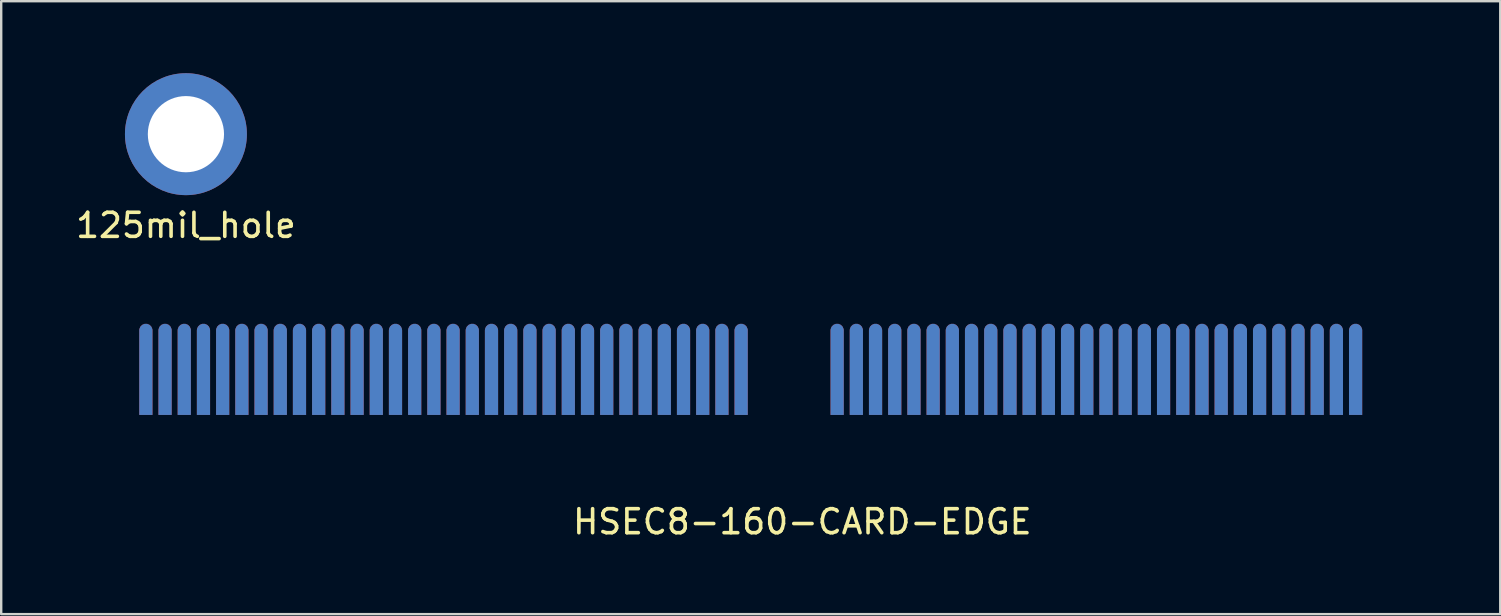
<source format=kicad_pcb>
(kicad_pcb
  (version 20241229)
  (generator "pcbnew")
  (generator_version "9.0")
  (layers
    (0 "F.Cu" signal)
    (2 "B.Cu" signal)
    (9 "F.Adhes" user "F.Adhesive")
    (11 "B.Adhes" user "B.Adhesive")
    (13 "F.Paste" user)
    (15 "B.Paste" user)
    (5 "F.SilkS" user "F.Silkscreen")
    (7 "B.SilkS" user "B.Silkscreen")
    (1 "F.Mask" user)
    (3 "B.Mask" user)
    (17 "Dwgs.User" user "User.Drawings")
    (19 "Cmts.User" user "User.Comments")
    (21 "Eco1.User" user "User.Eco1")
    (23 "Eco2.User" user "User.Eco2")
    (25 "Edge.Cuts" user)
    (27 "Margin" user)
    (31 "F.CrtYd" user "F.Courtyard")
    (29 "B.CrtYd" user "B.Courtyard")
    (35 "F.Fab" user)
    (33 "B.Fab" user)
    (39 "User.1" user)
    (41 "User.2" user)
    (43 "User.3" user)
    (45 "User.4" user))
  (footprint "125mil_hole"
    (layer "F.Cu")
    (at 4.696 2.54)
    (property "Reference" "125mil_hole" (at 0 3.8 0) (layer "F.SilkS") (effects (font (size 1 1) (thickness 0.15))))
    (attr through_hole)
    (pad "1" thru_hole circle (at 0 0) (size 5.08 5.08) (drill 3.175) (layers "*.Cu" "*.Mask")))
  (footprint "HSEC8-160-CARD-EDGE"
    (layer "F.Cu")
    (at 28.627 10.438)
    (property "Reference" "HSEC8-160-CARD-EDGE" (at 1.75 8.25 0) (layer "F.SilkS") (effects (font (size 1 1) (thickness 0.15))))
    (attr through_hole)
    (fp_poly (pts (xy 26 4) (xy -26.8 4) (xy -26.8 -0.2) (xy 26 -0.2)) (stroke (width 0.1) (type solid)) (fill yes) (layer "F.Mask"))
    (fp_poly (pts (xy 26 4) (xy -26.8 4) (xy -26.8 -0.2) (xy 26 -0.2)) (stroke (width 0.1) (type solid)) (fill yes) (layer "B.Mask"))
    (fp_line (start -28.5 5.95) (end -28.5 0) (stroke (width 0.254) (type solid)) (layer "Eco1.User"))
    (fp_line (start -27.7 6.525) (end -27.925 6.525) (stroke (width 0.254) (type solid)) (layer "Eco1.User"))
    (fp_line (start -26.5 0) (end -26.5 5.325) (stroke (width 0.254) (type solid)) (layer "Eco1.User"))
    (fp_line (start 0 0) (end -26.5 0) (stroke (width 0.254) (type solid)) (layer "Eco1.User"))
    (fp_line (start 0 0) (end 0 5.375) (stroke (width 0.254) (type solid)) (layer "Eco1.User"))
    (fp_line (start 2.4 0) (end 2.4 5.375) (stroke (width 0.254) (type solid)) (layer "Eco1.User"))
    (fp_line (start 2.4 0) (end 25.7 0) (stroke (width 0.254) (type solid)) (layer "Eco1.User"))
    (fp_line (start 25.7 0) (end 25.7 5.325) (stroke (width 0.254) (type solid)) (layer "Eco1.User"))
    (fp_line (start 26.9 6.525) (end 27.125 6.525) (stroke (width 0.254) (type solid)) (layer "Eco1.User"))
    (fp_line (start 27.7 5.95) (end 27.7 0) (stroke (width 0.254) (type solid)) (layer "Eco1.User"))
    (fp_arc (start -27.925 6.525) (mid -28.331586 6.356586) (end -28.5 5.95) (stroke (width 0.254) (type solid)) (layer "Eco1.User"))
    (fp_arc (start -26.5 5.325) (mid -26.851472 6.173528) (end -27.7 6.525) (stroke (width 0.254) (type solid)) (layer "Eco1.User"))
    (fp_arc (start 2.4 5.375) (mid 1.2 6.575) (end 0 5.375) (stroke (width 0.254) (type solid)) (layer "Eco1.User"))
    (fp_arc (start 26.9 6.525) (mid 26.051472 6.173528) (end 25.7 5.325) (stroke (width 0.254) (type solid)) (layer "Eco1.User"))
    (fp_arc (start 27.7 5.95) (mid 27.531586 6.356586) (end 27.125 6.525) (stroke (width 0.254) (type solid)) (layer "Eco1.User"))
    (pad "1" smd custom (at -25.6 2.4) (size 0.55 2.8) (layers "B.Cu" "B.Mask") (options (anchor rect)) (primitives (gr_line (start 0 0) (end 0 -2.125) (width 0.55))))
    (pad "2" smd custom (at -25.6 2.4) (size 0.55 2.8) (layers "F.Cu" "F.Mask") (options (anchor rect)) (primitives (gr_line (start 0 0) (end 0 -2.125) (width 0.55))))
    (pad "3" smd custom (at -24.8 2.4) (size 0.55 2.8) (layers "B.Cu" "B.Mask") (options (anchor rect)) (primitives (gr_line (start 0 0) (end 0 -2.125) (width 0.55))))
    (pad "4" smd custom (at -24.8 2.4) (size 0.55 2.8) (layers "F.Cu" "F.Mask") (options (anchor rect)) (primitives (gr_line (start 0 0) (end 0 -2.125) (width 0.55))))
    (pad "5" smd custom (at -24 2.4) (size 0.55 2.8) (layers "B.Cu" "B.Mask") (options (anchor rect)) (primitives (gr_line (start 0 0) (end 0 -2.125) (width 0.55))))
    (pad "6" smd custom (at -24 2.4) (size 0.55 2.8) (layers "F.Cu" "F.Mask") (options (anchor rect)) (primitives (gr_line (start 0 0) (end 0 -2.125) (width 0.55))))
    (pad "7" smd custom (at -23.2 2.4) (size 0.55 2.8) (layers "B.Cu" "B.Mask") (options (anchor rect)) (primitives (gr_line (start 0 0) (end 0 -2.125) (width 0.55))))
    (pad "8" smd custom (at -23.2 2.4) (size 0.55 2.8) (layers "F.Cu" "F.Mask") (options (anchor rect)) (primitives (gr_line (start 0 0) (end 0 -2.125) (width 0.55))))
    (pad "9" smd custom (at -22.4 2.4) (size 0.55 2.8) (layers "B.Cu" "B.Mask") (options (anchor rect)) (primitives (gr_line (start 0 0) (end 0 -2.125) (width 0.55))))
    (pad "10" smd custom (at -22.4 2.4) (size 0.55 2.8) (layers "F.Cu" "F.Mask") (options (anchor rect)) (primitives (gr_line (start 0 0) (end 0 -2.125) (width 0.55))))
    (pad "11" smd custom (at -21.6 2.4) (size 0.55 2.8) (layers "B.Cu" "B.Mask") (options (anchor rect)) (primitives (gr_line (start 0 0) (end 0 -2.125) (width 0.55))))
    (pad "12" smd custom (at -21.6 2.4) (size 0.55 2.8) (layers "F.Cu" "F.Mask") (options (anchor rect)) (primitives (gr_line (start 0 0) (end 0 -2.125) (width 0.55))))
    (pad "13" smd custom (at -20.8 2.4) (size 0.55 2.8) (layers "B.Cu" "B.Mask") (options (anchor rect)) (primitives (gr_line (start 0 0) (end 0 -2.125) (width 0.55))))
    (pad "14" smd custom (at -20.8 2.4) (size 0.55 2.8) (layers "F.Cu" "F.Mask") (options (anchor rect)) (primitives (gr_line (start 0 0) (end 0 -2.125) (width 0.55))))
    (pad "15" smd custom (at -20 2.4) (size 0.55 2.8) (layers "B.Cu" "B.Mask") (options (anchor rect)) (primitives (gr_line (start 0 0) (end 0 -2.125) (width 0.55))))
    (pad "16" smd custom (at -20 2.4) (size 0.55 2.8) (layers "F.Cu" "F.Mask") (options (anchor rect)) (primitives (gr_line (start 0 0) (end 0 -2.125) (width 0.55))))
    (pad "17" smd custom (at -19.2 2.4) (size 0.55 2.8) (layers "B.Cu" "B.Mask") (options (anchor rect)) (primitives (gr_line (start 0 0) (end 0 -2.125) (width 0.55))))
    (pad "18" smd custom (at -19.2 2.4) (size 0.55 2.8) (layers "F.Cu" "F.Mask") (options (anchor rect)) (primitives (gr_line (start 0 0) (end 0 -2.125) (width 0.55))))
    (pad "19" smd custom (at -18.4 2.4) (size 0.55 2.8) (layers "B.Cu" "B.Mask") (options (anchor rect)) (primitives (gr_line (start 0 0) (end 0 -2.125) (width 0.55))))
    (pad "20" smd custom (at -18.4 2.4) (size 0.55 2.8) (layers "F.Cu" "F.Mask") (options (anchor rect)) (primitives (gr_line (start 0 0) (end 0 -2.125) (width 0.55))))
    (pad "21" smd custom (at -17.6 2.4) (size 0.55 2.8) (layers "B.Cu" "B.Mask") (options (anchor rect)) (primitives (gr_line (start 0 0) (end 0 -2.125) (width 0.55))))
    (pad "22" smd custom (at -17.6 2.4) (size 0.55 2.8) (layers "F.Cu" "F.Mask") (options (anchor rect)) (primitives (gr_line (start 0 0) (end 0 -2.125) (width 0.55))))
    (pad "23" smd custom (at -16.8 2.4) (size 0.55 2.8) (layers "B.Cu" "B.Mask") (options (anchor rect)) (primitives (gr_line (start 0 0) (end 0 -2.125) (width 0.55))))
    (pad "24" smd custom (at -16.8 2.4) (size 0.55 2.8) (layers "F.Cu" "F.Mask") (options (anchor rect)) (primitives (gr_line (start 0 0) (end 0 -2.125) (width 0.55))))
    (pad "25" smd custom (at -16 2.4) (size 0.55 2.8) (layers "B.Cu" "B.Mask") (options (anchor rect)) (primitives (gr_line (start 0 0) (end 0 -2.125) (width 0.55))))
    (pad "26" smd custom (at -16 2.4) (size 0.55 2.8) (layers "F.Cu" "F.Mask") (options (anchor rect)) (primitives (gr_line (start 0 0) (end 0 -2.125) (width 0.55))))
    (pad "27" smd custom (at -15.2 2.4) (size 0.55 2.8) (layers "B.Cu" "B.Mask") (options (anchor rect)) (primitives (gr_line (start 0 0) (end 0 -2.125) (width 0.55))))
    (pad "28" smd custom (at -15.2 2.4) (size 0.55 2.8) (layers "F.Cu" "F.Mask") (options (anchor rect)) (primitives (gr_line (start 0 0) (end 0 -2.125) (width 0.55))))
    (pad "29" smd custom (at -14.4 2.4) (size 0.55 2.8) (layers "B.Cu" "B.Mask") (options (anchor rect)) (primitives (gr_line (start 0 0) (end 0 -2.125) (width 0.55))))
    (pad "30" smd custom (at -14.4 2.4) (size 0.55 2.8) (layers "F.Cu" "F.Mask") (options (anchor rect)) (primitives (gr_line (start 0 0) (end 0 -2.125) (width 0.55))))
    (pad "31" smd custom (at -13.6 2.4) (size 0.55 2.8) (layers "B.Cu" "B.Mask") (options (anchor rect)) (primitives (gr_line (start 0 0) (end 0 -2.125) (width 0.55))))
    (pad "32" smd custom (at -13.6 2.4) (size 0.55 2.8) (layers "F.Cu" "F.Mask") (options (anchor rect)) (primitives (gr_line (start 0 0) (end 0 -2.125) (width 0.55))))
    (pad "33" smd custom (at -12.8 2.4) (size 0.55 2.8) (layers "B.Cu" "B.Mask") (options (anchor rect)) (primitives (gr_line (start 0 0) (end 0 -2.125) (width 0.55))))
    (pad "34" smd custom (at -12.8 2.4) (size 0.55 2.8) (layers "F.Cu" "F.Mask") (options (anchor rect)) (primitives (gr_line (start 0 0) (end 0 -2.125) (width 0.55))))
    (pad "35" smd custom (at -12 2.4) (size 0.55 2.8) (layers "B.Cu" "B.Mask") (options (anchor rect)) (primitives (gr_line (start 0 0) (end 0 -2.125) (width 0.55))))
    (pad "36" smd custom (at -12 2.4) (size 0.55 2.8) (layers "F.Cu" "F.Mask") (options (anchor rect)) (primitives (gr_line (start 0 0) (end 0 -2.125) (width 0.55))))
    (pad "37" smd custom (at -11.2 2.4) (size 0.55 2.8) (layers "B.Cu" "B.Mask") (options (anchor rect)) (primitives (gr_line (start 0 0) (end 0 -2.125) (width 0.55))))
    (pad "38" smd custom (at -11.2 2.4) (size 0.55 2.8) (layers "F.Cu" "F.Mask") (options (anchor rect)) (primitives (gr_line (start 0 0) (end 0 -2.125) (width 0.55))))
    (pad "39" smd custom (at -10.4 2.4) (size 0.55 2.8) (layers "B.Cu" "B.Mask") (options (anchor rect)) (primitives (gr_line (start 0 0) (end 0 -2.125) (width 0.55))))
    (pad "40" smd custom (at -10.4 2.4) (size 0.55 2.8) (layers "F.Cu" "F.Mask") (options (anchor rect)) (primitives (gr_line (start 0 0) (end 0 -2.125) (width 0.55))))
    (pad "41" smd custom (at -9.6 2.4) (size 0.55 2.8) (layers "B.Cu" "B.Mask") (options (anchor rect)) (primitives (gr_line (start 0 0) (end 0 -2.125) (width 0.55))))
    (pad "42" smd custom (at -9.6 2.4) (size 0.55 2.8) (layers "F.Cu" "F.Mask") (options (anchor rect)) (primitives (gr_line (start 0 0) (end 0 -2.125) (width 0.55))))
    (pad "43" smd custom (at -8.8 2.4) (size 0.55 2.8) (layers "B.Cu" "B.Mask") (options (anchor rect)) (primitives (gr_line (start 0 0) (end 0 -2.125) (width 0.55))))
    (pad "44" smd custom (at -8.8 2.4) (size 0.55 2.8) (layers "F.Cu" "F.Mask") (options (anchor rect)) (primitives (gr_line (start 0 0) (end 0 -2.125) (width 0.55))))
    (pad "45" smd custom (at -8 2.4) (size 0.55 2.8) (layers "B.Cu" "B.Mask") (options (anchor rect)) (primitives (gr_line (start 0 0) (end 0 -2.125) (width 0.55))))
    (pad "46" smd custom (at -8 2.4) (size 0.55 2.8) (layers "F.Cu" "F.Mask") (options (anchor rect)) (primitives (gr_line (start 0 0) (end 0 -2.125) (width 0.55))))
    (pad "47" smd custom (at -7.2 2.4) (size 0.55 2.8) (layers "B.Cu" "B.Mask") (options (anchor rect)) (primitives (gr_line (start 0 0) (end 0 -2.125) (width 0.55))))
    (pad "48" smd custom (at -7.2 2.4) (size 0.55 2.8) (layers "F.Cu" "F.Mask") (options (anchor rect)) (primitives (gr_line (start 0 0) (end 0 -2.125) (width 0.55))))
    (pad "49" smd custom (at -6.4 2.4) (size 0.55 2.8) (layers "B.Cu" "B.Mask") (options (anchor rect)) (primitives (gr_line (start 0 0) (end 0 -2.125) (width 0.55))))
    (pad "50" smd custom (at -6.4 2.4) (size 0.55 2.8) (layers "F.Cu" "F.Mask") (options (anchor rect)) (primitives (gr_line (start 0 0) (end 0 -2.125) (width 0.55))))
    (pad "51" smd custom (at -5.6 2.4) (size 0.55 2.8) (layers "B.Cu" "B.Mask") (options (anchor rect)) (primitives (gr_line (start 0 0) (end 0 -2.125) (width 0.55))))
    (pad "52" smd custom (at -5.6 2.4) (size 0.55 2.8) (layers "F.Cu" "F.Mask") (options (anchor rect)) (primitives (gr_line (start 0 0) (end 0 -2.125) (width 0.55))))
    (pad "53" smd custom (at -4.8 2.4) (size 0.55 2.8) (layers "B.Cu" "B.Mask") (options (anchor rect)) (primitives (gr_line (start 0 0) (end 0 -2.125) (width 0.55))))
    (pad "54" smd custom (at -4.8 2.4) (size 0.55 2.8) (layers "F.Cu" "F.Mask") (options (anchor rect)) (primitives (gr_line (start 0 0) (end 0 -2.125) (width 0.55))))
    (pad "55" smd custom (at -4 2.4) (size 0.55 2.8) (layers "B.Cu" "B.Mask") (options (anchor rect)) (primitives (gr_line (start 0 0) (end 0 -2.125) (width 0.55))))
    (pad "56" smd custom (at -4 2.4) (size 0.55 2.8) (layers "F.Cu" "F.Mask") (options (anchor rect)) (primitives (gr_line (start 0 0) (end 0 -2.125) (width 0.55))))
    (pad "57" smd custom (at -3.2 2.4) (size 0.55 2.8) (layers "B.Cu" "B.Mask") (options (anchor rect)) (primitives (gr_line (start 0 0) (end 0 -2.125) (width 0.55))))
    (pad "58" smd custom (at -3.2 2.4) (size 0.55 2.8) (layers "F.Cu" "F.Mask") (options (anchor rect)) (primitives (gr_line (start 0 0) (end 0 -2.125) (width 0.55))))
    (pad "59" smd custom (at -2.4 2.4) (size 0.55 2.8) (layers "B.Cu" "B.Mask") (options (anchor rect)) (primitives (gr_line (start 0 0) (end 0 -2.125) (width 0.55))))
    (pad "60" smd custom (at -2.4 2.4) (size 0.55 2.8) (layers "F.Cu" "F.Mask") (options (anchor rect)) (primitives (gr_line (start 0 0) (end 0 -2.125) (width 0.55))))
    (pad "61" smd custom (at -1.6 2.4) (size 0.55 2.8) (layers "B.Cu" "B.Mask") (options (anchor rect)) (primitives (gr_line (start 0 0) (end 0 -2.125) (width 0.55))))
    (pad "62" smd custom (at -1.6 2.4) (size 0.55 2.8) (layers "F.Cu" "F.Mask") (options (anchor rect)) (primitives (gr_line (start 0 0) (end 0 -2.125) (width 0.55))))
    (pad "63" smd custom (at -0.8 2.4) (size 0.55 2.8) (layers "B.Cu" "B.Mask") (options (anchor rect)) (primitives (gr_line (start 0 0) (end 0 -2.125) (width 0.55))))
    (pad "64" smd custom (at -0.8 2.4) (size 0.55 2.8) (layers "F.Cu" "F.Mask") (options (anchor rect)) (primitives (gr_line (start 0 0) (end 0 -2.125) (width 0.55))))
    (pad "65" smd custom (at 3.2 2.4) (size 0.55 2.8) (layers "B.Cu" "B.Mask") (options (anchor rect)) (primitives (gr_line (start 0 0) (end 0 -2.125) (width 0.55))))
    (pad "66" smd custom (at 3.2 2.4) (size 0.55 2.8) (layers "F.Cu" "F.Mask") (options (anchor rect)) (primitives (gr_line (start 0 0) (end 0 -2.125) (width 0.55))))
    (pad "67" smd custom (at 4 2.4) (size 0.55 2.8) (layers "B.Cu" "B.Mask") (options (anchor rect)) (primitives (gr_line (start 0 0) (end 0 -2.125) (width 0.55))))
    (pad "68" smd custom (at 4 2.4) (size 0.55 2.8) (layers "F.Cu" "F.Mask") (options (anchor rect)) (primitives (gr_line (start 0 0) (end 0 -2.125) (width 0.55))))
    (pad "69" smd custom (at 4.8 2.4) (size 0.55 2.8) (layers "B.Cu" "B.Mask") (options (anchor rect)) (primitives (gr_line (start 0 0) (end 0 -2.125) (width 0.55))))
    (pad "70" smd custom (at 4.8 2.4) (size 0.55 2.8) (layers "F.Cu" "F.Mask") (options (anchor rect)) (primitives (gr_line (start 0 0) (end 0 -2.125) (width 0.55))))
    (pad "71" smd custom (at 5.6 2.4) (size 0.55 2.8) (layers "B.Cu" "B.Mask") (options (anchor rect)) (primitives (gr_line (start 0 0) (end 0 -2.125) (width 0.55))))
    (pad "72" smd custom (at 5.6 2.4) (size 0.55 2.8) (layers "F.Cu" "F.Mask") (options (anchor rect)) (primitives (gr_line (start 0 0) (end 0 -2.125) (width 0.55))))
    (pad "73" smd custom (at 6.4 2.4) (size 0.55 2.8) (layers "B.Cu" "B.Mask") (options (anchor rect)) (primitives (gr_line (start 0 0) (end 0 -2.125) (width 0.55))))
    (pad "74" smd custom (at 6.4 2.4) (size 0.55 2.8) (layers "F.Cu" "F.Mask") (options (anchor rect)) (primitives (gr_line (start 0 0) (end 0 -2.125) (width 0.55))))
    (pad "75" smd custom (at 7.2 2.4) (size 0.55 2.8) (layers "B.Cu" "B.Mask") (options (anchor rect)) (primitives (gr_line (start 0 0) (end 0 -2.125) (width 0.55))))
    (pad "76" smd custom (at 7.2 2.4) (size 0.55 2.8) (layers "F.Cu" "F.Mask") (options (anchor rect)) (primitives (gr_line (start 0 0) (end 0 -2.125) (width 0.55))))
    (pad "77" smd custom (at 8 2.4) (size 0.55 2.8) (layers "B.Cu" "B.Mask") (options (anchor rect)) (primitives (gr_line (start 0 0) (end 0 -2.125) (width 0.55))))
    (pad "78" smd custom (at 8 2.4) (size 0.55 2.8) (layers "F.Cu" "F.Mask") (options (anchor rect)) (primitives (gr_line (start 0 0) (end 0 -2.125) (width 0.55))))
    (pad "79" smd custom (at 8.8 2.4) (size 0.55 2.8) (layers "B.Cu" "B.Mask") (options (anchor rect)) (primitives (gr_line (start 0 0) (end 0 -2.125) (width 0.55))))
    (pad "80" smd custom (at 8.8 2.4) (size 0.55 2.8) (layers "F.Cu" "F.Mask") (options (anchor rect)) (primitives (gr_line (start 0 0) (end 0 -2.125) (width 0.55))))
    (pad "81" smd custom (at 9.6 2.4) (size 0.55 2.8) (layers "B.Cu" "B.Mask") (options (anchor rect)) (primitives (gr_line (start 0 0) (end 0 -2.125) (width 0.55))))
    (pad "82" smd custom (at 9.6 2.4) (size 0.55 2.8) (layers "F.Cu" "F.Mask") (options (anchor rect)) (primitives (gr_line (start 0 0) (end 0 -2.125) (width 0.55))))
    (pad "83" smd custom (at 10.4 2.4) (size 0.55 2.8) (layers "B.Cu" "B.Mask") (options (anchor rect)) (primitives (gr_line (start 0 0) (end 0 -2.125) (width 0.55))))
    (pad "84" smd custom (at 10.4 2.4) (size 0.55 2.8) (layers "F.Cu" "F.Mask") (options (anchor rect)) (primitives (gr_line (start 0 0) (end 0 -2.125) (width 0.55))))
    (pad "85" smd custom (at 11.2 2.4) (size 0.55 2.8) (layers "B.Cu" "B.Mask") (options (anchor rect)) (primitives (gr_line (start 0 0) (end 0 -2.125) (width 0.55))))
    (pad "86" smd custom (at 11.2 2.4) (size 0.55 2.8) (layers "F.Cu" "F.Mask") (options (anchor rect)) (primitives (gr_line (start 0 0) (end 0 -2.125) (width 0.55))))
    (pad "87" smd custom (at 12 2.4) (size 0.55 2.8) (layers "B.Cu" "B.Mask") (options (anchor rect)) (primitives (gr_line (start 0 0) (end 0 -2.125) (width 0.55))))
    (pad "88" smd custom (at 12 2.4) (size 0.55 2.8) (layers "F.Cu" "F.Mask") (options (anchor rect)) (primitives (gr_line (start 0 0) (end 0 -2.125) (width 0.55))))
    (pad "89" smd custom (at 12.8 2.4) (size 0.55 2.8) (layers "B.Cu" "B.Mask") (options (anchor rect)) (primitives (gr_line (start 0 0) (end 0 -2.125) (width 0.55))))
    (pad "90" smd custom (at 12.8 2.4) (size 0.55 2.8) (layers "F.Cu" "F.Mask") (options (anchor rect)) (primitives (gr_line (start 0 0) (end 0 -2.125) (width 0.55))))
    (pad "91" smd custom (at 13.6 2.4) (size 0.55 2.8) (layers "B.Cu" "B.Mask") (options (anchor rect)) (primitives (gr_line (start 0 0) (end 0 -2.125) (width 0.55))))
    (pad "92" smd custom (at 13.6 2.4) (size 0.55 2.8) (layers "F.Cu" "F.Mask") (options (anchor rect)) (primitives (gr_line (start 0 0) (end 0 -2.125) (width 0.55))))
    (pad "93" smd custom (at 14.4 2.4) (size 0.55 2.8) (layers "B.Cu" "B.Mask") (options (anchor rect)) (primitives (gr_line (start 0 0) (end 0 -2.125) (width 0.55))))
    (pad "94" smd custom (at 14.4 2.4) (size 0.55 2.8) (layers "F.Cu" "F.Mask") (options (anchor rect)) (primitives (gr_line (start 0 0) (end 0 -2.125) (width 0.55))))
    (pad "95" smd custom (at 15.2 2.4) (size 0.55 2.8) (layers "B.Cu" "B.Mask") (options (anchor rect)) (primitives (gr_line (start 0 0) (end 0 -2.125) (width 0.55))))
    (pad "96" smd custom (at 15.2 2.4) (size 0.55 2.8) (layers "F.Cu" "F.Mask") (options (anchor rect)) (primitives (gr_line (start 0 0) (end 0 -2.125) (width 0.55))))
    (pad "97" smd custom (at 16 2.4) (size 0.55 2.8) (layers "B.Cu" "B.Mask") (options (anchor rect)) (primitives (gr_line (start 0 0) (end 0 -2.125) (width 0.55))))
    (pad "98" smd custom (at 16 2.4) (size 0.55 2.8) (layers "F.Cu" "F.Mask") (options (anchor rect)) (primitives (gr_line (start 0 0) (end 0 -2.125) (width 0.55))))
    (pad "99" smd custom (at 16.8 2.4) (size 0.55 2.8) (layers "B.Cu" "B.Mask") (options (anchor rect)) (primitives (gr_line (start 0 0) (end 0 -2.125) (width 0.55))))
    (pad "100" smd custom (at 16.8 2.4) (size 0.55 2.8) (layers "F.Cu" "F.Mask") (options (anchor rect)) (primitives (gr_line (start 0 0) (end 0 -2.125) (width 0.55))))
    (pad "101" smd custom (at 17.6 2.4) (size 0.55 2.8) (layers "B.Cu" "B.Mask") (options (anchor rect)) (primitives (gr_line (start 0 0) (end 0 -2.125) (width 0.55))))
    (pad "102" smd custom (at 17.6 2.4) (size 0.55 2.8) (layers "F.Cu" "F.Mask") (options (anchor rect)) (primitives (gr_line (start 0 0) (end 0 -2.125) (width 0.55))))
    (pad "103" smd custom (at 18.4 2.4) (size 0.55 2.8) (layers "B.Cu" "B.Mask") (options (anchor rect)) (primitives (gr_line (start 0 0) (end 0 -2.125) (width 0.55))))
    (pad "104" smd custom (at 18.4 2.4) (size 0.55 2.8) (layers "F.Cu" "F.Mask") (options (anchor rect)) (primitives (gr_line (start 0 0) (end 0 -2.125) (width 0.55))))
    (pad "105" smd custom (at 19.2 2.4) (size 0.55 2.8) (layers "B.Cu" "B.Mask") (options (anchor rect)) (primitives (gr_line (start 0 0) (end 0 -2.125) (width 0.55))))
    (pad "106" smd custom (at 19.2 2.4) (size 0.55 2.8) (layers "F.Cu" "F.Mask") (options (anchor rect)) (primitives (gr_line (start 0 0) (end 0 -2.125) (width 0.55))))
    (pad "107" smd custom (at 20 2.4) (size 0.55 2.8) (layers "B.Cu" "B.Mask") (options (anchor rect)) (primitives (gr_line (start 0 0) (end 0 -2.125) (width 0.55))))
    (pad "108" smd custom (at 20 2.4) (size 0.55 2.8) (layers "F.Cu" "F.Mask") (options (anchor rect)) (primitives (gr_line (start 0 0) (end 0 -2.125) (width 0.55))))
    (pad "109" smd custom (at 20.8 2.4) (size 0.55 2.8) (layers "B.Cu" "B.Mask") (options (anchor rect)) (primitives (gr_line (start 0 0) (end 0 -2.125) (width 0.55))))
    (pad "110" smd custom (at 20.8 2.4) (size 0.55 2.8) (layers "F.Cu" "F.Mask") (options (anchor rect)) (primitives (gr_line (start 0 0) (end 0 -2.125) (width 0.55))))
    (pad "111" smd custom (at 21.6 2.4) (size 0.55 2.8) (layers "B.Cu" "B.Mask") (options (anchor rect)) (primitives (gr_line (start 0 0) (end 0 -2.125) (width 0.55))))
    (pad "112" smd custom (at 21.6 2.4) (size 0.55 2.8) (layers "F.Cu" "F.Mask") (options (anchor rect)) (primitives (gr_line (start 0 0) (end 0 -2.125) (width 0.55))))
    (pad "113" smd custom (at 22.4 2.4) (size 0.55 2.8) (layers "B.Cu" "B.Mask") (options (anchor rect)) (primitives (gr_line (start 0 0) (end 0 -2.125) (width 0.55))))
    (pad "114" smd custom (at 22.4 2.4) (size 0.55 2.8) (layers "F.Cu" "F.Mask") (options (anchor rect)) (primitives (gr_line (start 0 0) (end 0 -2.125) (width 0.55))))
    (pad "115" smd custom (at 23.2 2.4) (size 0.55 2.8) (layers "B.Cu" "B.Mask") (options (anchor rect)) (primitives (gr_line (start 0 0) (end 0 -2.125) (width 0.55))))
    (pad "116" smd custom (at 23.2 2.4) (size 0.55 2.8) (layers "F.Cu" "F.Mask") (options (anchor rect)) (primitives (gr_line (start 0 0) (end 0 -2.125) (width 0.55))))
    (pad "117" smd custom (at 24 2.4) (size 0.55 2.8) (layers "B.Cu" "B.Mask") (options (anchor rect)) (primitives (gr_line (start 0 0) (end 0 -2.125) (width 0.55))))
    (pad "118" smd custom (at 24 2.4) (size 0.55 2.8) (layers "F.Cu" "F.Mask") (options (anchor rect)) (primitives (gr_line (start 0 0) (end 0 -2.125) (width 0.55))))
    (pad "119" smd custom (at 24.8 2.4) (size 0.55 2.8) (layers "B.Cu" "B.Mask") (options (anchor rect)) (primitives (gr_line (start 0 0) (end 0 -2.125) (width 0.55))))
    (pad "120" smd custom (at 24.8 2.4) (size 0.55 2.8) (layers "F.Cu" "F.Mask") (options (anchor rect)) (primitives (gr_line (start 0 0) (end 0 -2.125) (width 0.55)))))
  (gr_rect
    (start -3 -3)
    (end 59.454 22.537)
    (stroke (width 0.1) (type default))
    (fill no)
    (layer "Edge.Cuts")))
</source>
